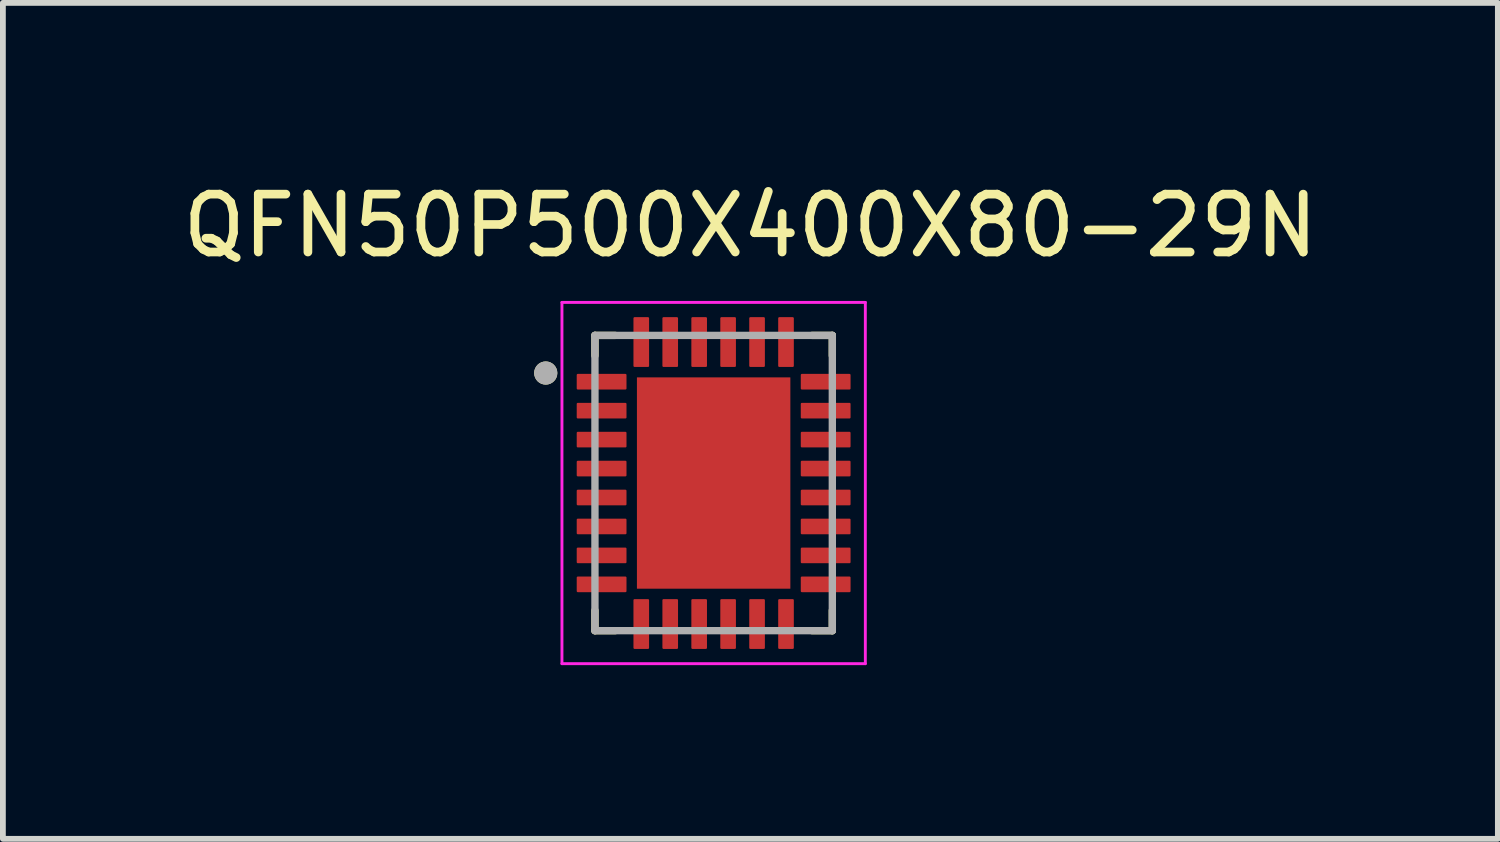
<source format=kicad_pcb>
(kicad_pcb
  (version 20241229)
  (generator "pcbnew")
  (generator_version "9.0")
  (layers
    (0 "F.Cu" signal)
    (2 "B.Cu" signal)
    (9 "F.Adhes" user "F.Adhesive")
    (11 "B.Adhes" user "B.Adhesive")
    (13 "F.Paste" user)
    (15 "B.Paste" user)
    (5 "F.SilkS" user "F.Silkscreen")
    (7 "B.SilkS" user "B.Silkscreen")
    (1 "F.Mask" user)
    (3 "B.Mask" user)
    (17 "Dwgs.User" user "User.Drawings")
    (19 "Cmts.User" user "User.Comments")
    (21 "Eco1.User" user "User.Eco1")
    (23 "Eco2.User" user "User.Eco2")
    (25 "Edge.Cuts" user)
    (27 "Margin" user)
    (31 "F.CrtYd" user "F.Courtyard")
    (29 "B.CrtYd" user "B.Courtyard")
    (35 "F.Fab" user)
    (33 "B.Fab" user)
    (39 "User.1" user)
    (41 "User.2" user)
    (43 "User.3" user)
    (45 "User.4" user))
  (footprint "QFN50P500X400X80-29N"
    (layer "F.Cu")
    (at 9.276 5.293)
    (property "Reference" "QFN50P500X400X80-29N" (at 0.635 -4.445 0) (layer "F.SilkS") (effects (font (size 1 1) (thickness 0.15))))
    (attr through_hole)
    (fp_line (start -2.05 -2.55) (end -2.05 -2.2) (stroke (width 0.127) (type solid)) (layer "F.SilkS"))
    (fp_line (start -2.05 2.55) (end -2.05 2.2) (stroke (width 0.127) (type solid)) (layer "F.SilkS"))
    (fp_line (start -1.7 -2.55) (end -2.05 -2.55) (stroke (width 0.127) (type solid)) (layer "F.SilkS"))
    (fp_line (start -1.7 2.55) (end -2.05 2.55) (stroke (width 0.127) (type solid)) (layer "F.SilkS"))
    (fp_line (start 1.7 -2.55) (end 2.05 -2.55) (stroke (width 0.127) (type solid)) (layer "F.SilkS"))
    (fp_line (start 1.7 2.55) (end 2.05 2.55) (stroke (width 0.127) (type solid)) (layer "F.SilkS"))
    (fp_line (start 2.05 -2.55) (end 2.05 -2.2) (stroke (width 0.127) (type solid)) (layer "F.SilkS"))
    (fp_line (start 2.05 2.55) (end 2.05 2.2) (stroke (width 0.127) (type solid)) (layer "F.SilkS"))
    (fp_circle (center -2.9 -1.9) (end -2.8 -1.9) (stroke (width 0.2) (type solid)) (fill no) (layer "F.SilkS"))
    (fp_poly (pts (xy -1.03 -1.53) (xy -0.15 -1.53) (xy -0.15 -0.15) (xy -1.03 -0.15)) (stroke (width 0.01) (type solid)) (fill yes) (layer "F.Paste"))
    (fp_poly (pts (xy -1.03 0.15) (xy -0.15 0.15) (xy -0.15 1.53) (xy -1.03 1.53)) (stroke (width 0.01) (type solid)) (fill yes) (layer "F.Paste"))
    (fp_poly (pts (xy 0.15 -1.53) (xy 1.03 -1.53) (xy 1.03 -0.15) (xy 0.15 -0.15)) (stroke (width 0.01) (type solid)) (fill yes) (layer "F.Paste"))
    (fp_poly (pts (xy 0.15 0.15) (xy 1.03 0.15) (xy 1.03 1.53) (xy 0.15 1.53)) (stroke (width 0.01) (type solid)) (fill yes) (layer "F.Paste"))
    (fp_line (start -2.62 -3.12) (end 2.62 -3.12) (stroke (width 0.05) (type solid)) (layer "F.CrtYd"))
    (fp_line (start -2.62 3.12) (end -2.62 -3.12) (stroke (width 0.05) (type solid)) (layer "F.CrtYd"))
    (fp_line (start 2.62 -3.12) (end 2.62 3.12) (stroke (width 0.05) (type solid)) (layer "F.CrtYd"))
    (fp_line (start 2.62 3.12) (end -2.62 3.12) (stroke (width 0.05) (type solid)) (layer "F.CrtYd"))
    (fp_line (start -2.05 -2.55) (end 2.05 -2.55) (stroke (width 0.127) (type solid)) (layer "F.Fab"))
    (fp_line (start -2.05 2.55) (end -2.05 -2.55) (stroke (width 0.127) (type solid)) (layer "F.Fab"))
    (fp_line (start 2.05 -2.55) (end 2.05 2.55) (stroke (width 0.127) (type solid)) (layer "F.Fab"))
    (fp_line (start 2.05 2.55) (end -2.05 2.55) (stroke (width 0.127) (type solid)) (layer "F.Fab"))
    (fp_circle (center -2.9 -1.9) (end -2.8 -1.9) (stroke (width 0.2) (type solid)) (fill no) (layer "F.Fab"))
    (pad "1" smd roundrect (at -1.935 -1.75) (size 0.86 0.27) (layers "F.Cu" "F.Mask" "F.Paste") (roundrect_rratio 0.07))
    (pad "2" smd roundrect (at -1.935 -1.25) (size 0.86 0.27) (layers "F.Cu" "F.Mask" "F.Paste") (roundrect_rratio 0.07))
    (pad "3" smd roundrect (at -1.935 -0.75) (size 0.86 0.27) (layers "F.Cu" "F.Mask" "F.Paste") (roundrect_rratio 0.07))
    (pad "4" smd roundrect (at -1.935 -0.25) (size 0.86 0.27) (layers "F.Cu" "F.Mask" "F.Paste") (roundrect_rratio 0.07))
    (pad "5" smd roundrect (at -1.935 0.25) (size 0.86 0.27) (layers "F.Cu" "F.Mask" "F.Paste") (roundrect_rratio 0.07))
    (pad "6" smd roundrect (at -1.935 0.75) (size 0.86 0.27) (layers "F.Cu" "F.Mask" "F.Paste") (roundrect_rratio 0.07))
    (pad "7" smd roundrect (at -1.935 1.25) (size 0.86 0.27) (layers "F.Cu" "F.Mask" "F.Paste") (roundrect_rratio 0.07))
    (pad "8" smd roundrect (at -1.935 1.75) (size 0.86 0.27) (layers "F.Cu" "F.Mask" "F.Paste") (roundrect_rratio 0.07))
    (pad "9" smd roundrect (at -1.25 2.435 90) (size 0.86 0.27) (layers "F.Cu" "F.Mask" "F.Paste") (roundrect_rratio 0.07))
    (pad "10" smd roundrect (at -0.75 2.435 90) (size 0.86 0.27) (layers "F.Cu" "F.Mask" "F.Paste") (roundrect_rratio 0.07))
    (pad "11" smd roundrect (at -0.25 2.435 90) (size 0.86 0.27) (layers "F.Cu" "F.Mask" "F.Paste") (roundrect_rratio 0.07))
    (pad "12" smd roundrect (at 0.25 2.435 90) (size 0.86 0.27) (layers "F.Cu" "F.Mask" "F.Paste") (roundrect_rratio 0.07))
    (pad "13" smd roundrect (at 0.75 2.435 90) (size 0.86 0.27) (layers "F.Cu" "F.Mask" "F.Paste") (roundrect_rratio 0.07))
    (pad "14" smd roundrect (at 1.25 2.435 90) (size 0.86 0.27) (layers "F.Cu" "F.Mask" "F.Paste") (roundrect_rratio 0.07))
    (pad "15" smd roundrect (at 1.935 1.75 180) (size 0.86 0.27) (layers "F.Cu" "F.Mask" "F.Paste") (roundrect_rratio 0.07))
    (pad "16" smd roundrect (at 1.935 1.25 180) (size 0.86 0.27) (layers "F.Cu" "F.Mask" "F.Paste") (roundrect_rratio 0.07))
    (pad "17" smd roundrect (at 1.935 0.75 180) (size 0.86 0.27) (layers "F.Cu" "F.Mask" "F.Paste") (roundrect_rratio 0.07))
    (pad "18" smd roundrect (at 1.935 0.25 180) (size 0.86 0.27) (layers "F.Cu" "F.Mask" "F.Paste") (roundrect_rratio 0.07))
    (pad "19" smd roundrect (at 1.935 -0.25 180) (size 0.86 0.27) (layers "F.Cu" "F.Mask" "F.Paste") (roundrect_rratio 0.07))
    (pad "20" smd roundrect (at 1.935 -0.75 180) (size 0.86 0.27) (layers "F.Cu" "F.Mask" "F.Paste") (roundrect_rratio 0.07))
    (pad "21" smd roundrect (at 1.935 -1.25 180) (size 0.86 0.27) (layers "F.Cu" "F.Mask" "F.Paste") (roundrect_rratio 0.07))
    (pad "22" smd roundrect (at 1.935 -1.75 180) (size 0.86 0.27) (layers "F.Cu" "F.Mask" "F.Paste") (roundrect_rratio 0.07))
    (pad "23" smd roundrect (at 1.25 -2.435 270) (size 0.86 0.27) (layers "F.Cu" "F.Mask" "F.Paste") (roundrect_rratio 0.07))
    (pad "24" smd roundrect (at 0.75 -2.435 270) (size 0.86 0.27) (layers "F.Cu" "F.Mask" "F.Paste") (roundrect_rratio 0.07))
    (pad "25" smd roundrect (at 0.25 -2.435 270) (size 0.86 0.27) (layers "F.Cu" "F.Mask" "F.Paste") (roundrect_rratio 0.07))
    (pad "26" smd roundrect (at -0.25 -2.435 270) (size 0.86 0.27) (layers "F.Cu" "F.Mask" "F.Paste") (roundrect_rratio 0.07))
    (pad "27" smd roundrect (at -0.75 -2.435 270) (size 0.86 0.27) (layers "F.Cu" "F.Mask" "F.Paste") (roundrect_rratio 0.07))
    (pad "28" smd roundrect (at -1.25 -2.435 270) (size 0.86 0.27) (layers "F.Cu" "F.Mask" "F.Paste") (roundrect_rratio 0.07))
    (pad "29" smd rect (at 0 0 90) (size 3.65 2.65) (layers "F.Cu" "F.Mask")))
  (gr_rect
    (start -3 -3)
    (end 22.821 11.438)
    (stroke (width 0.1) (type default))
    (fill no)
    (layer "Edge.Cuts")))
</source>
